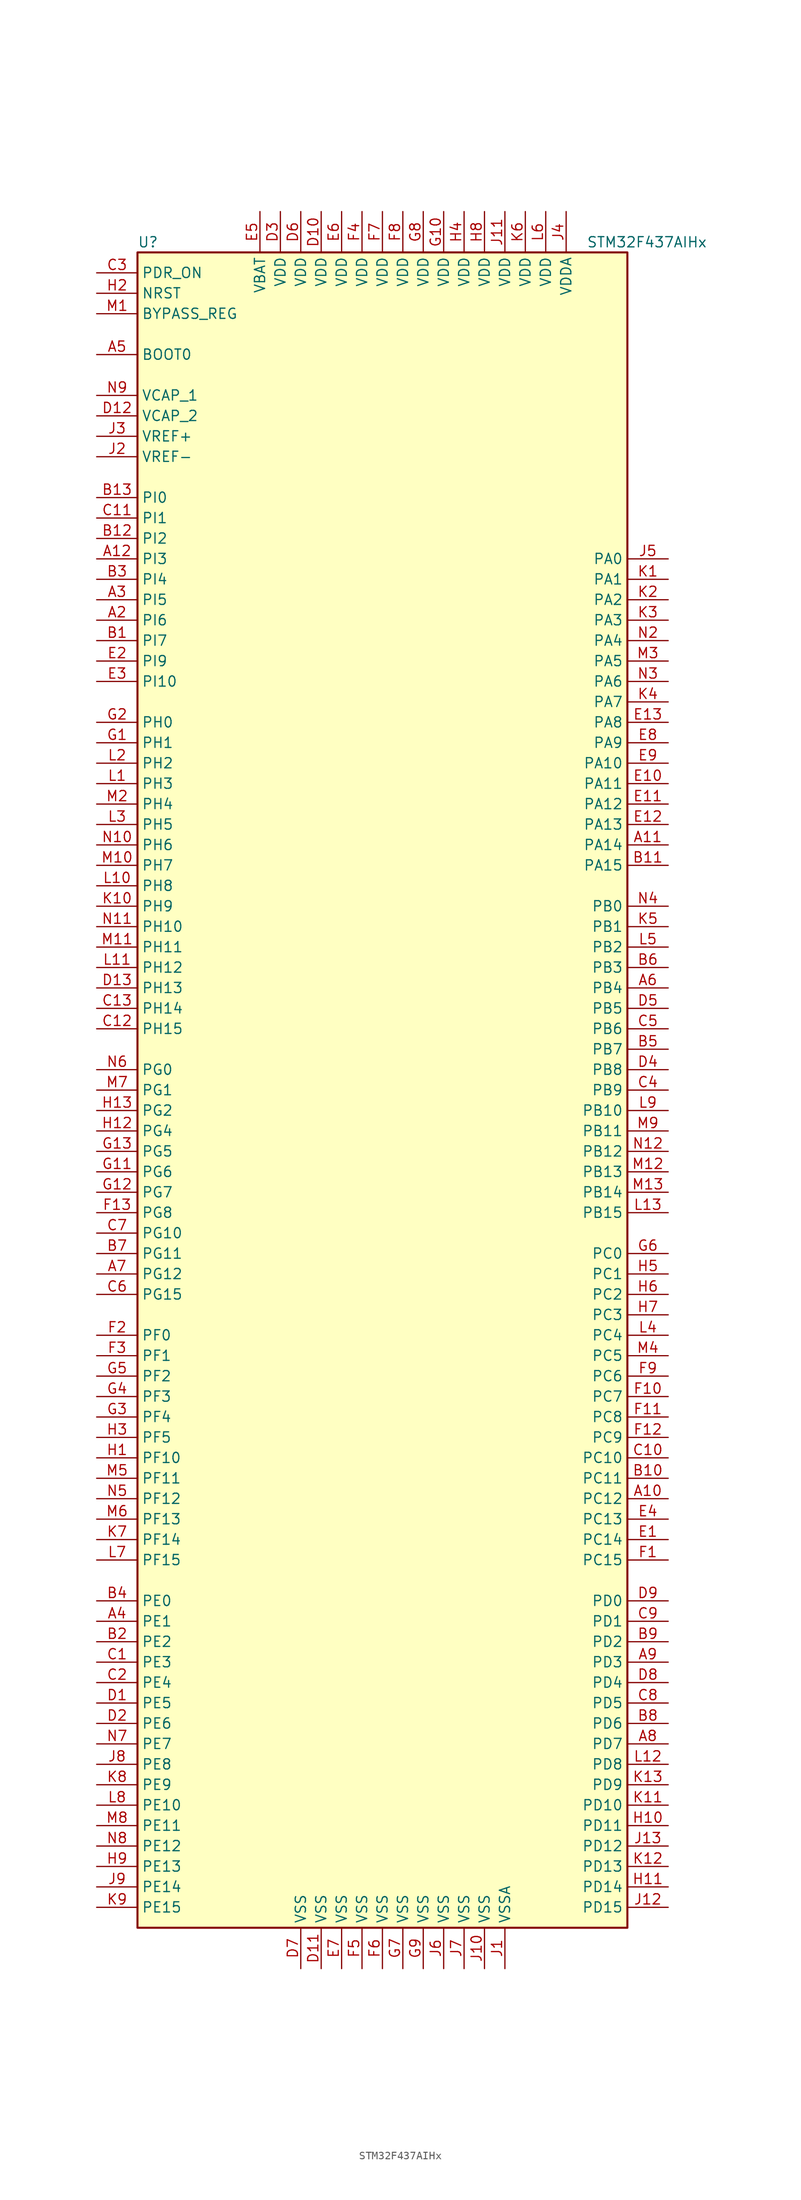
<source format=kicad_sym>
(kicad_symbol_lib
  (version 20201005)
  (generator kicad_symbol_editor)
  (symbol "MCU_ST_STM32F4:STM32F437AIHx"
    (property "Reference" "U"
      (at -30.48 105.41 0)
      (effects (font (size 1.27 1.27)) (justify left)))
    (property "Value" "STM32F437AIHx"
      (at 25.4 105.41 0)
      (effects (font (size 1.27 1.27)) (justify left)))
    (symbol "STM32F437AIHx_0_1"
      (rectangle (start -30.48 -104.14) (end 30.48 104.14) (stroke (width 0.254)) (fill (type background))))
    (symbol "STM32F437AIHx_1_1"
      (pin input line (at -35.56 91.44 0) (length 5.08) (name "BOOT0" (effects (font (size 1.27 1.27)))) (number "A5" (effects (font (size 1.27 1.27)))))
      (pin input line (at -35.56 96.52 0) (length 5.08) (name "BYPASS_REG" (effects (font (size 1.27 1.27)))) (number "M1" (effects (font (size 1.27 1.27)))))
      (pin no_connect line (at -30.48 -101.6 0) (length 5.08) hide (name "NC" (effects (font (size 1.27 1.27)))) (number "A1" (effects (font (size 1.27 1.27)))))
      (pin no_connect line (at -30.48 -99.06 0) (length 5.08) hide (name "NC" (effects (font (size 1.27 1.27)))) (number "A13" (effects (font (size 1.27 1.27)))))
      (pin no_connect line (at -30.48 -96.52 0) (length 5.08) hide (name "NC" (effects (font (size 1.27 1.27)))) (number "N1" (effects (font (size 1.27 1.27)))))
      (pin no_connect line (at -30.48 -93.98 0) (length 5.08) hide (name "NC" (effects (font (size 1.27 1.27)))) (number "N13" (effects (font (size 1.27 1.27)))))
      (pin input line (at -35.56 99.06 0) (length 5.08) (name "NRST" (effects (font (size 1.27 1.27)))) (number "H2" (effects (font (size 1.27 1.27)))))
      (pin bidirectional line (at 35.56 66.04 180) (length 5.08) (name "PA0" (effects (font (size 1.27 1.27)))) (number "J5" (effects (font (size 1.27 1.27)))))
      (pin bidirectional line (at 35.56 63.5 180) (length 5.08) (name "PA1" (effects (font (size 1.27 1.27)))) (number "K1" (effects (font (size 1.27 1.27)))))
      (pin bidirectional line (at 35.56 40.64 180) (length 5.08) (name "PA10" (effects (font (size 1.27 1.27)))) (number "E9" (effects (font (size 1.27 1.27)))))
      (pin bidirectional line (at 35.56 38.1 180) (length 5.08) (name "PA11" (effects (font (size 1.27 1.27)))) (number "E10" (effects (font (size 1.27 1.27)))))
      (pin bidirectional line (at 35.56 35.56 180) (length 5.08) (name "PA12" (effects (font (size 1.27 1.27)))) (number "E11" (effects (font (size 1.27 1.27)))))
      (pin bidirectional line (at 35.56 33.02 180) (length 5.08) (name "PA13" (effects (font (size 1.27 1.27)))) (number "E12" (effects (font (size 1.27 1.27)))))
      (pin bidirectional line (at 35.56 30.48 180) (length 5.08) (name "PA14" (effects (font (size 1.27 1.27)))) (number "A11" (effects (font (size 1.27 1.27)))))
      (pin bidirectional line (at 35.56 27.94 180) (length 5.08) (name "PA15" (effects (font (size 1.27 1.27)))) (number "B11" (effects (font (size 1.27 1.27)))))
      (pin bidirectional line (at 35.56 60.96 180) (length 5.08) (name "PA2" (effects (font (size 1.27 1.27)))) (number "K2" (effects (font (size 1.27 1.27)))))
      (pin bidirectional line (at 35.56 58.42 180) (length 5.08) (name "PA3" (effects (font (size 1.27 1.27)))) (number "K3" (effects (font (size 1.27 1.27)))))
      (pin bidirectional line (at 35.56 55.88 180) (length 5.08) (name "PA4" (effects (font (size 1.27 1.27)))) (number "N2" (effects (font (size 1.27 1.27)))))
      (pin bidirectional line (at 35.56 53.34 180) (length 5.08) (name "PA5" (effects (font (size 1.27 1.27)))) (number "M3" (effects (font (size 1.27 1.27)))))
      (pin bidirectional line (at 35.56 50.8 180) (length 5.08) (name "PA6" (effects (font (size 1.27 1.27)))) (number "N3" (effects (font (size 1.27 1.27)))))
      (pin bidirectional line (at 35.56 48.26 180) (length 5.08) (name "PA7" (effects (font (size 1.27 1.27)))) (number "K4" (effects (font (size 1.27 1.27)))))
      (pin bidirectional line (at 35.56 45.72 180) (length 5.08) (name "PA8" (effects (font (size 1.27 1.27)))) (number "E13" (effects (font (size 1.27 1.27)))))
      (pin bidirectional line (at 35.56 43.18 180) (length 5.08) (name "PA9" (effects (font (size 1.27 1.27)))) (number "E8" (effects (font (size 1.27 1.27)))))
      (pin bidirectional line (at 35.56 22.86 180) (length 5.08) (name "PB0" (effects (font (size 1.27 1.27)))) (number "N4" (effects (font (size 1.27 1.27)))))
      (pin bidirectional line (at 35.56 20.32 180) (length 5.08) (name "PB1" (effects (font (size 1.27 1.27)))) (number "K5" (effects (font (size 1.27 1.27)))))
      (pin bidirectional line (at 35.56 -2.54 180) (length 5.08) (name "PB10" (effects (font (size 1.27 1.27)))) (number "L9" (effects (font (size 1.27 1.27)))))
      (pin bidirectional line (at 35.56 -5.08 180) (length 5.08) (name "PB11" (effects (font (size 1.27 1.27)))) (number "M9" (effects (font (size 1.27 1.27)))))
      (pin bidirectional line (at 35.56 -7.62 180) (length 5.08) (name "PB12" (effects (font (size 1.27 1.27)))) (number "N12" (effects (font (size 1.27 1.27)))))
      (pin bidirectional line (at 35.56 -10.16 180) (length 5.08) (name "PB13" (effects (font (size 1.27 1.27)))) (number "M12" (effects (font (size 1.27 1.27)))))
      (pin bidirectional line (at 35.56 -12.7 180) (length 5.08) (name "PB14" (effects (font (size 1.27 1.27)))) (number "M13" (effects (font (size 1.27 1.27)))))
      (pin bidirectional line (at 35.56 -15.24 180) (length 5.08) (name "PB15" (effects (font (size 1.27 1.27)))) (number "L13" (effects (font (size 1.27 1.27)))))
      (pin bidirectional line (at 35.56 17.78 180) (length 5.08) (name "PB2" (effects (font (size 1.27 1.27)))) (number "L5" (effects (font (size 1.27 1.27)))))
      (pin bidirectional line (at 35.56 15.24 180) (length 5.08) (name "PB3" (effects (font (size 1.27 1.27)))) (number "B6" (effects (font (size 1.27 1.27)))))
      (pin bidirectional line (at 35.56 12.7 180) (length 5.08) (name "PB4" (effects (font (size 1.27 1.27)))) (number "A6" (effects (font (size 1.27 1.27)))))
      (pin bidirectional line (at 35.56 10.16 180) (length 5.08) (name "PB5" (effects (font (size 1.27 1.27)))) (number "D5" (effects (font (size 1.27 1.27)))))
      (pin bidirectional line (at 35.56 7.62 180) (length 5.08) (name "PB6" (effects (font (size 1.27 1.27)))) (number "C5" (effects (font (size 1.27 1.27)))))
      (pin bidirectional line (at 35.56 5.08 180) (length 5.08) (name "PB7" (effects (font (size 1.27 1.27)))) (number "B5" (effects (font (size 1.27 1.27)))))
      (pin bidirectional line (at 35.56 2.54 180) (length 5.08) (name "PB8" (effects (font (size 1.27 1.27)))) (number "D4" (effects (font (size 1.27 1.27)))))
      (pin bidirectional line (at 35.56 0 180) (length 5.08) (name "PB9" (effects (font (size 1.27 1.27)))) (number "C4" (effects (font (size 1.27 1.27)))))
      (pin bidirectional line (at 35.56 -20.32 180) (length 5.08) (name "PC0" (effects (font (size 1.27 1.27)))) (number "G6" (effects (font (size 1.27 1.27)))))
      (pin bidirectional line (at 35.56 -22.86 180) (length 5.08) (name "PC1" (effects (font (size 1.27 1.27)))) (number "H5" (effects (font (size 1.27 1.27)))))
      (pin bidirectional line (at 35.56 -45.72 180) (length 5.08) (name "PC10" (effects (font (size 1.27 1.27)))) (number "C10" (effects (font (size 1.27 1.27)))))
      (pin bidirectional line (at 35.56 -48.26 180) (length 5.08) (name "PC11" (effects (font (size 1.27 1.27)))) (number "B10" (effects (font (size 1.27 1.27)))))
      (pin bidirectional line (at 35.56 -50.8 180) (length 5.08) (name "PC12" (effects (font (size 1.27 1.27)))) (number "A10" (effects (font (size 1.27 1.27)))))
      (pin bidirectional line (at 35.56 -53.34 180) (length 5.08) (name "PC13" (effects (font (size 1.27 1.27)))) (number "E4" (effects (font (size 1.27 1.27)))))
      (pin bidirectional line (at 35.56 -55.88 180) (length 5.08) (name "PC14" (effects (font (size 1.27 1.27)))) (number "E1" (effects (font (size 1.27 1.27)))))
      (pin bidirectional line (at 35.56 -58.42 180) (length 5.08) (name "PC15" (effects (font (size 1.27 1.27)))) (number "F1" (effects (font (size 1.27 1.27)))))
      (pin bidirectional line (at 35.56 -25.4 180) (length 5.08) (name "PC2" (effects (font (size 1.27 1.27)))) (number "H6" (effects (font (size 1.27 1.27)))))
      (pin bidirectional line (at 35.56 -27.94 180) (length 5.08) (name "PC3" (effects (font (size 1.27 1.27)))) (number "H7" (effects (font (size 1.27 1.27)))))
      (pin bidirectional line (at 35.56 -30.48 180) (length 5.08) (name "PC4" (effects (font (size 1.27 1.27)))) (number "L4" (effects (font (size 1.27 1.27)))))
      (pin bidirectional line (at 35.56 -33.02 180) (length 5.08) (name "PC5" (effects (font (size 1.27 1.27)))) (number "M4" (effects (font (size 1.27 1.27)))))
      (pin bidirectional line (at 35.56 -35.56 180) (length 5.08) (name "PC6" (effects (font (size 1.27 1.27)))) (number "F9" (effects (font (size 1.27 1.27)))))
      (pin bidirectional line (at 35.56 -38.1 180) (length 5.08) (name "PC7" (effects (font (size 1.27 1.27)))) (number "F10" (effects (font (size 1.27 1.27)))))
      (pin bidirectional line (at 35.56 -40.64 180) (length 5.08) (name "PC8" (effects (font (size 1.27 1.27)))) (number "F11" (effects (font (size 1.27 1.27)))))
      (pin bidirectional line (at 35.56 -43.18 180) (length 5.08) (name "PC9" (effects (font (size 1.27 1.27)))) (number "F12" (effects (font (size 1.27 1.27)))))
      (pin bidirectional line (at 35.56 -63.5 180) (length 5.08) (name "PD0" (effects (font (size 1.27 1.27)))) (number "D9" (effects (font (size 1.27 1.27)))))
      (pin bidirectional line (at 35.56 -66.04 180) (length 5.08) (name "PD1" (effects (font (size 1.27 1.27)))) (number "C9" (effects (font (size 1.27 1.27)))))
      (pin bidirectional line (at 35.56 -88.9 180) (length 5.08) (name "PD10" (effects (font (size 1.27 1.27)))) (number "K11" (effects (font (size 1.27 1.27)))))
      (pin bidirectional line (at 35.56 -91.44 180) (length 5.08) (name "PD11" (effects (font (size 1.27 1.27)))) (number "H10" (effects (font (size 1.27 1.27)))))
      (pin bidirectional line (at 35.56 -93.98 180) (length 5.08) (name "PD12" (effects (font (size 1.27 1.27)))) (number "J13" (effects (font (size 1.27 1.27)))))
      (pin bidirectional line (at 35.56 -96.52 180) (length 5.08) (name "PD13" (effects (font (size 1.27 1.27)))) (number "K12" (effects (font (size 1.27 1.27)))))
      (pin bidirectional line (at 35.56 -99.06 180) (length 5.08) (name "PD14" (effects (font (size 1.27 1.27)))) (number "H11" (effects (font (size 1.27 1.27)))))
      (pin bidirectional line (at 35.56 -101.6 180) (length 5.08) (name "PD15" (effects (font (size 1.27 1.27)))) (number "J12" (effects (font (size 1.27 1.27)))))
      (pin bidirectional line (at 35.56 -68.58 180) (length 5.08) (name "PD2" (effects (font (size 1.27 1.27)))) (number "B9" (effects (font (size 1.27 1.27)))))
      (pin bidirectional line (at 35.56 -71.12 180) (length 5.08) (name "PD3" (effects (font (size 1.27 1.27)))) (number "A9" (effects (font (size 1.27 1.27)))))
      (pin bidirectional line (at 35.56 -73.66 180) (length 5.08) (name "PD4" (effects (font (size 1.27 1.27)))) (number "D8" (effects (font (size 1.27 1.27)))))
      (pin bidirectional line (at 35.56 -76.2 180) (length 5.08) (name "PD5" (effects (font (size 1.27 1.27)))) (number "C8" (effects (font (size 1.27 1.27)))))
      (pin bidirectional line (at 35.56 -78.74 180) (length 5.08) (name "PD6" (effects (font (size 1.27 1.27)))) (number "B8" (effects (font (size 1.27 1.27)))))
      (pin bidirectional line (at 35.56 -81.28 180) (length 5.08) (name "PD7" (effects (font (size 1.27 1.27)))) (number "A8" (effects (font (size 1.27 1.27)))))
      (pin bidirectional line (at 35.56 -83.82 180) (length 5.08) (name "PD8" (effects (font (size 1.27 1.27)))) (number "L12" (effects (font (size 1.27 1.27)))))
      (pin bidirectional line (at 35.56 -86.36 180) (length 5.08) (name "PD9" (effects (font (size 1.27 1.27)))) (number "K13" (effects (font (size 1.27 1.27)))))
      (pin input line (at -35.56 101.6 0) (length 5.08) (name "PDR_ON" (effects (font (size 1.27 1.27)))) (number "C3" (effects (font (size 1.27 1.27)))))
      (pin bidirectional line (at -35.56 -63.5 0) (length 5.08) (name "PE0" (effects (font (size 1.27 1.27)))) (number "B4" (effects (font (size 1.27 1.27)))))
      (pin bidirectional line (at -35.56 -66.04 0) (length 5.08) (name "PE1" (effects (font (size 1.27 1.27)))) (number "A4" (effects (font (size 1.27 1.27)))))
      (pin bidirectional line (at -35.56 -88.9 0) (length 5.08) (name "PE10" (effects (font (size 1.27 1.27)))) (number "L8" (effects (font (size 1.27 1.27)))))
      (pin bidirectional line (at -35.56 -91.44 0) (length 5.08) (name "PE11" (effects (font (size 1.27 1.27)))) (number "M8" (effects (font (size 1.27 1.27)))))
      (pin bidirectional line (at -35.56 -93.98 0) (length 5.08) (name "PE12" (effects (font (size 1.27 1.27)))) (number "N8" (effects (font (size 1.27 1.27)))))
      (pin bidirectional line (at -35.56 -96.52 0) (length 5.08) (name "PE13" (effects (font (size 1.27 1.27)))) (number "H9" (effects (font (size 1.27 1.27)))))
      (pin bidirectional line (at -35.56 -99.06 0) (length 5.08) (name "PE14" (effects (font (size 1.27 1.27)))) (number "J9" (effects (font (size 1.27 1.27)))))
      (pin bidirectional line (at -35.56 -101.6 0) (length 5.08) (name "PE15" (effects (font (size 1.27 1.27)))) (number "K9" (effects (font (size 1.27 1.27)))))
      (pin bidirectional line (at -35.56 -68.58 0) (length 5.08) (name "PE2" (effects (font (size 1.27 1.27)))) (number "B2" (effects (font (size 1.27 1.27)))))
      (pin bidirectional line (at -35.56 -71.12 0) (length 5.08) (name "PE3" (effects (font (size 1.27 1.27)))) (number "C1" (effects (font (size 1.27 1.27)))))
      (pin bidirectional line (at -35.56 -73.66 0) (length 5.08) (name "PE4" (effects (font (size 1.27 1.27)))) (number "C2" (effects (font (size 1.27 1.27)))))
      (pin bidirectional line (at -35.56 -76.2 0) (length 5.08) (name "PE5" (effects (font (size 1.27 1.27)))) (number "D1" (effects (font (size 1.27 1.27)))))
      (pin bidirectional line (at -35.56 -78.74 0) (length 5.08) (name "PE6" (effects (font (size 1.27 1.27)))) (number "D2" (effects (font (size 1.27 1.27)))))
      (pin bidirectional line (at -35.56 -81.28 0) (length 5.08) (name "PE7" (effects (font (size 1.27 1.27)))) (number "N7" (effects (font (size 1.27 1.27)))))
      (pin bidirectional line (at -35.56 -83.82 0) (length 5.08) (name "PE8" (effects (font (size 1.27 1.27)))) (number "J8" (effects (font (size 1.27 1.27)))))
      (pin bidirectional line (at -35.56 -86.36 0) (length 5.08) (name "PE9" (effects (font (size 1.27 1.27)))) (number "K8" (effects (font (size 1.27 1.27)))))
      (pin bidirectional line (at -35.56 -30.48 0) (length 5.08) (name "PF0" (effects (font (size 1.27 1.27)))) (number "F2" (effects (font (size 1.27 1.27)))))
      (pin bidirectional line (at -35.56 -33.02 0) (length 5.08) (name "PF1" (effects (font (size 1.27 1.27)))) (number "F3" (effects (font (size 1.27 1.27)))))
      (pin bidirectional line (at -35.56 -45.72 0) (length 5.08) (name "PF10" (effects (font (size 1.27 1.27)))) (number "H1" (effects (font (size 1.27 1.27)))))
      (pin bidirectional line (at -35.56 -48.26 0) (length 5.08) (name "PF11" (effects (font (size 1.27 1.27)))) (number "M5" (effects (font (size 1.27 1.27)))))
      (pin bidirectional line (at -35.56 -50.8 0) (length 5.08) (name "PF12" (effects (font (size 1.27 1.27)))) (number "N5" (effects (font (size 1.27 1.27)))))
      (pin bidirectional line (at -35.56 -53.34 0) (length 5.08) (name "PF13" (effects (font (size 1.27 1.27)))) (number "M6" (effects (font (size 1.27 1.27)))))
      (pin bidirectional line (at -35.56 -55.88 0) (length 5.08) (name "PF14" (effects (font (size 1.27 1.27)))) (number "K7" (effects (font (size 1.27 1.27)))))
      (pin bidirectional line (at -35.56 -58.42 0) (length 5.08) (name "PF15" (effects (font (size 1.27 1.27)))) (number "L7" (effects (font (size 1.27 1.27)))))
      (pin bidirectional line (at -35.56 -35.56 0) (length 5.08) (name "PF2" (effects (font (size 1.27 1.27)))) (number "G5" (effects (font (size 1.27 1.27)))))
      (pin bidirectional line (at -35.56 -38.1 0) (length 5.08) (name "PF3" (effects (font (size 1.27 1.27)))) (number "G4" (effects (font (size 1.27 1.27)))))
      (pin bidirectional line (at -35.56 -40.64 0) (length 5.08) (name "PF4" (effects (font (size 1.27 1.27)))) (number "G3" (effects (font (size 1.27 1.27)))))
      (pin bidirectional line (at -35.56 -43.18 0) (length 5.08) (name "PF5" (effects (font (size 1.27 1.27)))) (number "H3" (effects (font (size 1.27 1.27)))))
      (pin bidirectional line (at -35.56 2.54 0) (length 5.08) (name "PG0" (effects (font (size 1.27 1.27)))) (number "N6" (effects (font (size 1.27 1.27)))))
      (pin bidirectional line (at -35.56 0 0) (length 5.08) (name "PG1" (effects (font (size 1.27 1.27)))) (number "M7" (effects (font (size 1.27 1.27)))))
      (pin bidirectional line (at -35.56 -17.78 0) (length 5.08) (name "PG10" (effects (font (size 1.27 1.27)))) (number "C7" (effects (font (size 1.27 1.27)))))
      (pin bidirectional line (at -35.56 -20.32 0) (length 5.08) (name "PG11" (effects (font (size 1.27 1.27)))) (number "B7" (effects (font (size 1.27 1.27)))))
      (pin bidirectional line (at -35.56 -22.86 0) (length 5.08) (name "PG12" (effects (font (size 1.27 1.27)))) (number "A7" (effects (font (size 1.27 1.27)))))
      (pin bidirectional line (at -35.56 -25.4 0) (length 5.08) (name "PG15" (effects (font (size 1.27 1.27)))) (number "C6" (effects (font (size 1.27 1.27)))))
      (pin bidirectional line (at -35.56 -2.54 0) (length 5.08) (name "PG2" (effects (font (size 1.27 1.27)))) (number "H13" (effects (font (size 1.27 1.27)))))
      (pin bidirectional line (at -35.56 -5.08 0) (length 5.08) (name "PG4" (effects (font (size 1.27 1.27)))) (number "H12" (effects (font (size 1.27 1.27)))))
      (pin bidirectional line (at -35.56 -7.62 0) (length 5.08) (name "PG5" (effects (font (size 1.27 1.27)))) (number "G13" (effects (font (size 1.27 1.27)))))
      (pin bidirectional line (at -35.56 -10.16 0) (length 5.08) (name "PG6" (effects (font (size 1.27 1.27)))) (number "G11" (effects (font (size 1.27 1.27)))))
      (pin bidirectional line (at -35.56 -12.7 0) (length 5.08) (name "PG7" (effects (font (size 1.27 1.27)))) (number "G12" (effects (font (size 1.27 1.27)))))
      (pin bidirectional line (at -35.56 -15.24 0) (length 5.08) (name "PG8" (effects (font (size 1.27 1.27)))) (number "F13" (effects (font (size 1.27 1.27)))))
      (pin input line (at -35.56 45.72 0) (length 5.08) (name "PH0" (effects (font (size 1.27 1.27)))) (number "G2" (effects (font (size 1.27 1.27)))))
      (pin input line (at -35.56 43.18 0) (length 5.08) (name "PH1" (effects (font (size 1.27 1.27)))) (number "G1" (effects (font (size 1.27 1.27)))))
      (pin bidirectional line (at -35.56 20.32 0) (length 5.08) (name "PH10" (effects (font (size 1.27 1.27)))) (number "N11" (effects (font (size 1.27 1.27)))))
      (pin bidirectional line (at -35.56 17.78 0) (length 5.08) (name "PH11" (effects (font (size 1.27 1.27)))) (number "M11" (effects (font (size 1.27 1.27)))))
      (pin bidirectional line (at -35.56 15.24 0) (length 5.08) (name "PH12" (effects (font (size 1.27 1.27)))) (number "L11" (effects (font (size 1.27 1.27)))))
      (pin bidirectional line (at -35.56 12.7 0) (length 5.08) (name "PH13" (effects (font (size 1.27 1.27)))) (number "D13" (effects (font (size 1.27 1.27)))))
      (pin bidirectional line (at -35.56 10.16 0) (length 5.08) (name "PH14" (effects (font (size 1.27 1.27)))) (number "C13" (effects (font (size 1.27 1.27)))))
      (pin bidirectional line (at -35.56 7.62 0) (length 5.08) (name "PH15" (effects (font (size 1.27 1.27)))) (number "C12" (effects (font (size 1.27 1.27)))))
      (pin bidirectional line (at -35.56 40.64 0) (length 5.08) (name "PH2" (effects (font (size 1.27 1.27)))) (number "L2" (effects (font (size 1.27 1.27)))))
      (pin bidirectional line (at -35.56 38.1 0) (length 5.08) (name "PH3" (effects (font (size 1.27 1.27)))) (number "L1" (effects (font (size 1.27 1.27)))))
      (pin bidirectional line (at -35.56 35.56 0) (length 5.08) (name "PH4" (effects (font (size 1.27 1.27)))) (number "M2" (effects (font (size 1.27 1.27)))))
      (pin bidirectional line (at -35.56 33.02 0) (length 5.08) (name "PH5" (effects (font (size 1.27 1.27)))) (number "L3" (effects (font (size 1.27 1.27)))))
      (pin bidirectional line (at -35.56 30.48 0) (length 5.08) (name "PH6" (effects (font (size 1.27 1.27)))) (number "N10" (effects (font (size 1.27 1.27)))))
      (pin bidirectional line (at -35.56 27.94 0) (length 5.08) (name "PH7" (effects (font (size 1.27 1.27)))) (number "M10" (effects (font (size 1.27 1.27)))))
      (pin bidirectional line (at -35.56 25.4 0) (length 5.08) (name "PH8" (effects (font (size 1.27 1.27)))) (number "L10" (effects (font (size 1.27 1.27)))))
      (pin bidirectional line (at -35.56 22.86 0) (length 5.08) (name "PH9" (effects (font (size 1.27 1.27)))) (number "K10" (effects (font (size 1.27 1.27)))))
      (pin bidirectional line (at -35.56 73.66 0) (length 5.08) (name "PI0" (effects (font (size 1.27 1.27)))) (number "B13" (effects (font (size 1.27 1.27)))))
      (pin bidirectional line (at -35.56 71.12 0) (length 5.08) (name "PI1" (effects (font (size 1.27 1.27)))) (number "C11" (effects (font (size 1.27 1.27)))))
      (pin bidirectional line (at -35.56 50.8 0) (length 5.08) (name "PI10" (effects (font (size 1.27 1.27)))) (number "E3" (effects (font (size 1.27 1.27)))))
      (pin bidirectional line (at -35.56 68.58 0) (length 5.08) (name "PI2" (effects (font (size 1.27 1.27)))) (number "B12" (effects (font (size 1.27 1.27)))))
      (pin bidirectional line (at -35.56 66.04 0) (length 5.08) (name "PI3" (effects (font (size 1.27 1.27)))) (number "A12" (effects (font (size 1.27 1.27)))))
      (pin bidirectional line (at -35.56 63.5 0) (length 5.08) (name "PI4" (effects (font (size 1.27 1.27)))) (number "B3" (effects (font (size 1.27 1.27)))))
      (pin bidirectional line (at -35.56 60.96 0) (length 5.08) (name "PI5" (effects (font (size 1.27 1.27)))) (number "A3" (effects (font (size 1.27 1.27)))))
      (pin bidirectional line (at -35.56 58.42 0) (length 5.08) (name "PI6" (effects (font (size 1.27 1.27)))) (number "A2" (effects (font (size 1.27 1.27)))))
      (pin bidirectional line (at -35.56 55.88 0) (length 5.08) (name "PI7" (effects (font (size 1.27 1.27)))) (number "B1" (effects (font (size 1.27 1.27)))))
      (pin bidirectional line (at -35.56 53.34 0) (length 5.08) (name "PI9" (effects (font (size 1.27 1.27)))) (number "E2" (effects (font (size 1.27 1.27)))))
      (pin power_in line (at -15.24 109.22 270) (length 5.08) (name "VBAT" (effects (font (size 1.27 1.27)))) (number "E5" (effects (font (size 1.27 1.27)))))
      (pin power_in line (at -35.56 86.36 0) (length 5.08) (name "VCAP_1" (effects (font (size 1.27 1.27)))) (number "N9" (effects (font (size 1.27 1.27)))))
      (pin power_in line (at -35.56 83.82 0) (length 5.08) (name "VCAP_2" (effects (font (size 1.27 1.27)))) (number "D12" (effects (font (size 1.27 1.27)))))
      (pin power_in line (at -7.62 109.22 270) (length 5.08) (name "VDD" (effects (font (size 1.27 1.27)))) (number "D10" (effects (font (size 1.27 1.27)))))
      (pin power_in line (at -12.7 109.22 270) (length 5.08) (name "VDD" (effects (font (size 1.27 1.27)))) (number "D3" (effects (font (size 1.27 1.27)))))
      (pin power_in line (at -10.16 109.22 270) (length 5.08) (name "VDD" (effects (font (size 1.27 1.27)))) (number "D6" (effects (font (size 1.27 1.27)))))
      (pin power_in line (at -5.08 109.22 270) (length 5.08) (name "VDD" (effects (font (size 1.27 1.27)))) (number "E6" (effects (font (size 1.27 1.27)))))
      (pin power_in line (at -2.54 109.22 270) (length 5.08) (name "VDD" (effects (font (size 1.27 1.27)))) (number "F4" (effects (font (size 1.27 1.27)))))
      (pin power_in line (at 0 109.22 270) (length 5.08) (name "VDD" (effects (font (size 1.27 1.27)))) (number "F7" (effects (font (size 1.27 1.27)))))
      (pin power_in line (at 2.54 109.22 270) (length 5.08) (name "VDD" (effects (font (size 1.27 1.27)))) (number "F8" (effects (font (size 1.27 1.27)))))
      (pin power_in line (at 7.62 109.22 270) (length 5.08) (name "VDD" (effects (font (size 1.27 1.27)))) (number "G10" (effects (font (size 1.27 1.27)))))
      (pin power_in line (at 5.08 109.22 270) (length 5.08) (name "VDD" (effects (font (size 1.27 1.27)))) (number "G8" (effects (font (size 1.27 1.27)))))
      (pin power_in line (at 10.16 109.22 270) (length 5.08) (name "VDD" (effects (font (size 1.27 1.27)))) (number "H4" (effects (font (size 1.27 1.27)))))
      (pin power_in line (at 12.7 109.22 270) (length 5.08) (name "VDD" (effects (font (size 1.27 1.27)))) (number "H8" (effects (font (size 1.27 1.27)))))
      (pin power_in line (at 15.24 109.22 270) (length 5.08) (name "VDD" (effects (font (size 1.27 1.27)))) (number "J11" (effects (font (size 1.27 1.27)))))
      (pin power_in line (at 17.78 109.22 270) (length 5.08) (name "VDD" (effects (font (size 1.27 1.27)))) (number "K6" (effects (font (size 1.27 1.27)))))
      (pin power_in line (at 20.32 109.22 270) (length 5.08) (name "VDD" (effects (font (size 1.27 1.27)))) (number "L6" (effects (font (size 1.27 1.27)))))
      (pin power_in line (at 22.86 109.22 270) (length 5.08) (name "VDDA" (effects (font (size 1.27 1.27)))) (number "J4" (effects (font (size 1.27 1.27)))))
      (pin power_in line (at -35.56 81.28 0) (length 5.08) (name "VREF+" (effects (font (size 1.27 1.27)))) (number "J3" (effects (font (size 1.27 1.27)))))
      (pin power_in line (at -35.56 78.74 0) (length 5.08) (name "VREF-" (effects (font (size 1.27 1.27)))) (number "J2" (effects (font (size 1.27 1.27)))))
      (pin power_in line (at -7.62 -109.22 90) (length 5.08) (name "VSS" (effects (font (size 1.27 1.27)))) (number "D11" (effects (font (size 1.27 1.27)))))
      (pin power_in line (at -10.16 -109.22 90) (length 5.08) (name "VSS" (effects (font (size 1.27 1.27)))) (number "D7" (effects (font (size 1.27 1.27)))))
      (pin power_in line (at -5.08 -109.22 90) (length 5.08) (name "VSS" (effects (font (size 1.27 1.27)))) (number "E7" (effects (font (size 1.27 1.27)))))
      (pin power_in line (at -2.54 -109.22 90) (length 5.08) (name "VSS" (effects (font (size 1.27 1.27)))) (number "F5" (effects (font (size 1.27 1.27)))))
      (pin power_in line (at 0 -109.22 90) (length 5.08) (name "VSS" (effects (font (size 1.27 1.27)))) (number "F6" (effects (font (size 1.27 1.27)))))
      (pin power_in line (at 2.54 -109.22 90) (length 5.08) (name "VSS" (effects (font (size 1.27 1.27)))) (number "G7" (effects (font (size 1.27 1.27)))))
      (pin power_in line (at 5.08 -109.22 90) (length 5.08) (name "VSS" (effects (font (size 1.27 1.27)))) (number "G9" (effects (font (size 1.27 1.27)))))
      (pin power_in line (at 12.7 -109.22 90) (length 5.08) (name "VSS" (effects (font (size 1.27 1.27)))) (number "J10" (effects (font (size 1.27 1.27)))))
      (pin power_in line (at 7.62 -109.22 90) (length 5.08) (name "VSS" (effects (font (size 1.27 1.27)))) (number "J6" (effects (font (size 1.27 1.27)))))
      (pin power_in line (at 10.16 -109.22 90) (length 5.08) (name "VSS" (effects (font (size 1.27 1.27)))) (number "J7" (effects (font (size 1.27 1.27)))))
      (pin power_in line (at 15.24 -109.22 90) (length 5.08) (name "VSSA" (effects (font (size 1.27 1.27)))) (number "J1" (effects (font (size 1.27 1.27))))))))
</source>
